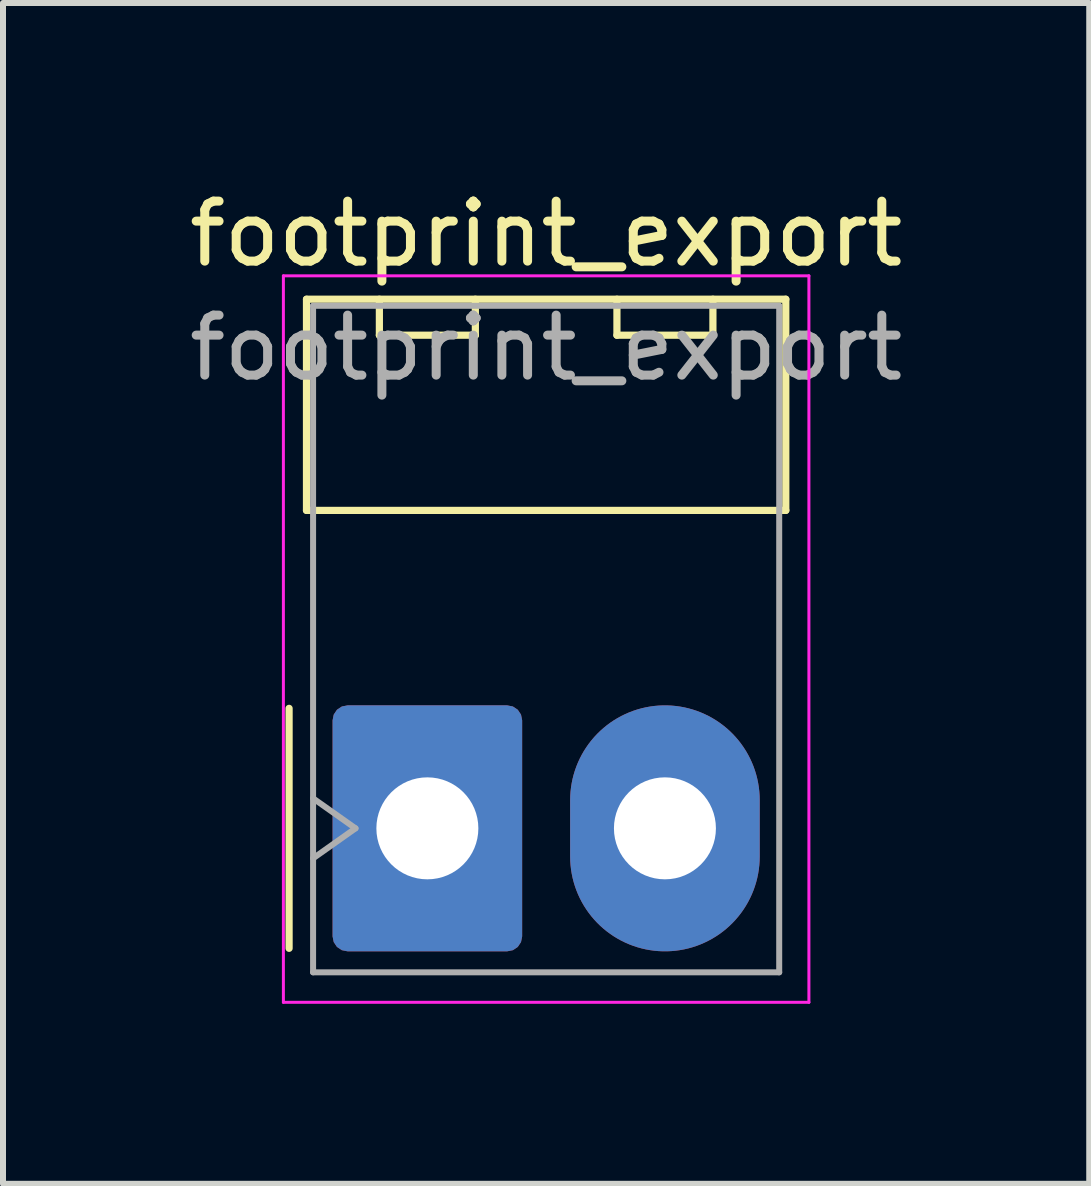
<source format=kicad_pcb>
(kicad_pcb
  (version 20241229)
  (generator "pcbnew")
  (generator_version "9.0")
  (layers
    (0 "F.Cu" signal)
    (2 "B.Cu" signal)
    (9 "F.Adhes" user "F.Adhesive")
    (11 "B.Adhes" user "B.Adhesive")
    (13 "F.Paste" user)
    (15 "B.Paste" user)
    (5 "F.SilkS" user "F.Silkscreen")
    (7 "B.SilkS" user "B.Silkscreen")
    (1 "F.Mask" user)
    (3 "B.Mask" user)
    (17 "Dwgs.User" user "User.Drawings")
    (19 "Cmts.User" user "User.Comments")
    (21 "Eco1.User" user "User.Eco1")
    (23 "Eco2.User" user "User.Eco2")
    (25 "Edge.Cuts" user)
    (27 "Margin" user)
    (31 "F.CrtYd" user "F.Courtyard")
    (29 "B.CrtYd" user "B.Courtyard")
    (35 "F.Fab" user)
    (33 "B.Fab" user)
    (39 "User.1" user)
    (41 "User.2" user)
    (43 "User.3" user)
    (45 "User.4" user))
  (footprint "footprint_export"
    (layer "F.Cu")
    (at 4.074 10.758)
    (property "Reference" "footprint_export" (at 1.98 -9.91 0) (layer "F.SilkS") (effects (font (size 1 1) (thickness 0.15))))
    (attr through_hole)
    (fp_line (start -2.305 -2) (end -2.305 2) (stroke (width 0.12) (type solid)) (layer "F.SilkS"))
    (fp_line (start -2.015 -8.82) (end 5.975 -8.82) (stroke (width 0.12) (type solid)) (layer "F.SilkS"))
    (fp_line (start -2.015 -5.3) (end -2.015 -8.82) (stroke (width 0.12) (type solid)) (layer "F.SilkS"))
    (fp_line (start -0.8 -8.82) (end -0.8 -8.22) (stroke (width 0.12) (type solid)) (layer "F.SilkS"))
    (fp_line (start -0.8 -8.22) (end 0.8 -8.22) (stroke (width 0.12) (type solid)) (layer "F.SilkS"))
    (fp_line (start 0.8 -8.22) (end 0.8 -8.82) (stroke (width 0.12) (type solid)) (layer "F.SilkS"))
    (fp_line (start 3.16 -8.82) (end 3.16 -8.22) (stroke (width 0.12) (type solid)) (layer "F.SilkS"))
    (fp_line (start 3.16 -8.22) (end 4.76 -8.22) (stroke (width 0.12) (type solid)) (layer "F.SilkS"))
    (fp_line (start 4.76 -8.22) (end 4.76 -8.82) (stroke (width 0.12) (type solid)) (layer "F.SilkS"))
    (fp_line (start 5.975 -8.82) (end 5.975 -5.3) (stroke (width 0.12) (type solid)) (layer "F.SilkS"))
    (fp_line (start 5.975 -5.3) (end -2.015 -5.3) (stroke (width 0.12) (type solid)) (layer "F.SilkS"))
    (fp_line (start -2.4 -9.21) (end -2.4 2.9) (stroke (width 0.05) (type solid)) (layer "F.CrtYd"))
    (fp_line (start -2.4 2.9) (end 6.36 2.9) (stroke (width 0.05) (type solid)) (layer "F.CrtYd"))
    (fp_line (start 6.36 -9.21) (end -2.4 -9.21) (stroke (width 0.05) (type solid)) (layer "F.CrtYd"))
    (fp_line (start 6.36 2.9) (end 6.36 -9.21) (stroke (width 0.05) (type solid)) (layer "F.CrtYd"))
    (fp_line (start -1.905 -8.71) (end 5.865 -8.71) (stroke (width 0.1) (type solid)) (layer "F.Fab"))
    (fp_line (start -1.905 -0.5) (end -1.198 0) (stroke (width 0.1) (type solid)) (layer "F.Fab"))
    (fp_line (start -1.905 2.4) (end -1.905 -8.71) (stroke (width 0.1) (type solid)) (layer "F.Fab"))
    (fp_line (start -1.198 0) (end -1.905 0.5) (stroke (width 0.1) (type solid)) (layer "F.Fab"))
    (fp_line (start 5.865 -8.71) (end 5.865 2.4) (stroke (width 0.1) (type solid)) (layer "F.Fab"))
    (fp_line (start 5.865 2.4) (end -1.905 2.4) (stroke (width 0.1) (type solid)) (layer "F.Fab"))
    (fp_text user "${REFERENCE}" (at 1.98 -8.01 0) (layer "F.Fab") (effects (font (size 1 1) (thickness 0.15))))
    (pad "1" thru_hole roundrect (at 0 0) (size 3.16 4.1) (drill 1.7) (layers "*.Cu" "*.Mask") (roundrect_rratio 0.079))
    (pad "2" thru_hole oval (at 3.96 0) (size 3.16 4.1) (drill 1.7) (layers "*.Cu" "*.Mask")))
  (gr_rect
    (start -3 -3)
    (end 15.107 16.683)
    (stroke (width 0.1) (type default))
    (fill no)
    (layer "Edge.Cuts")))
</source>
